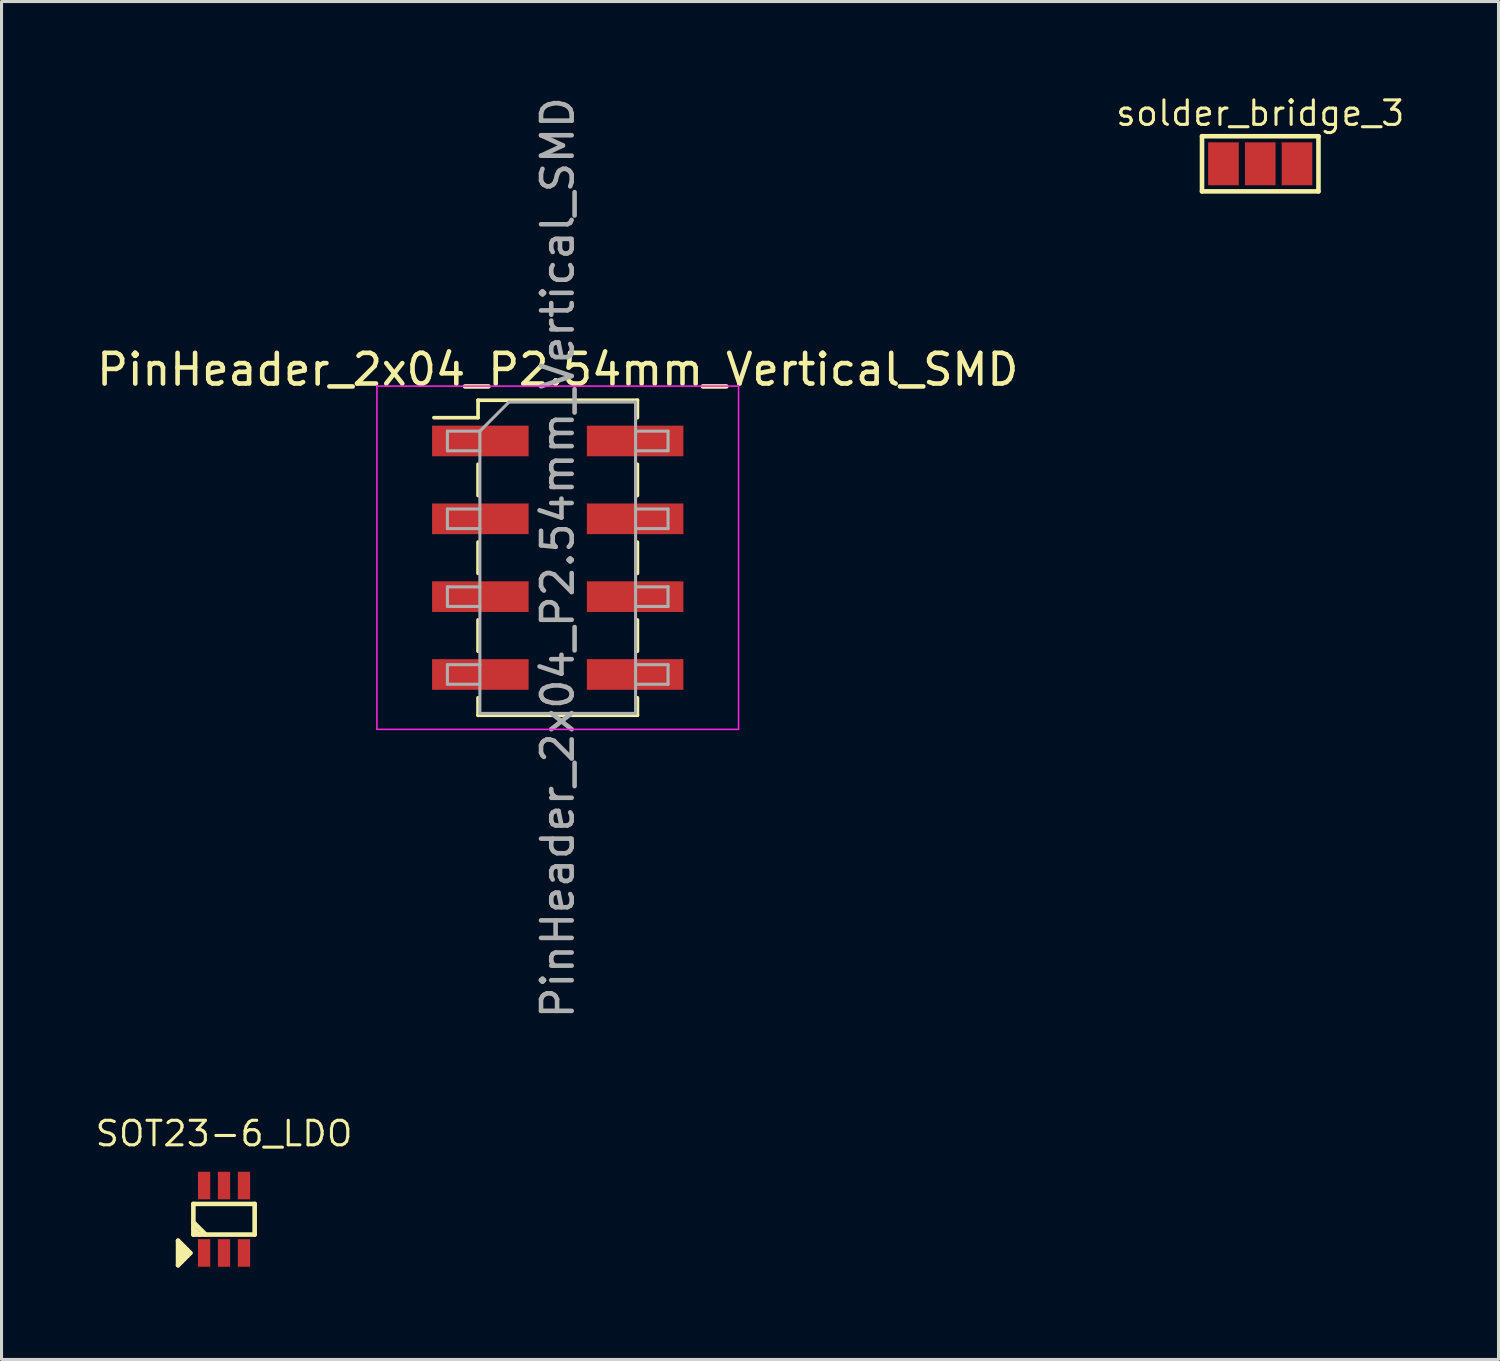
<source format=kicad_pcb>
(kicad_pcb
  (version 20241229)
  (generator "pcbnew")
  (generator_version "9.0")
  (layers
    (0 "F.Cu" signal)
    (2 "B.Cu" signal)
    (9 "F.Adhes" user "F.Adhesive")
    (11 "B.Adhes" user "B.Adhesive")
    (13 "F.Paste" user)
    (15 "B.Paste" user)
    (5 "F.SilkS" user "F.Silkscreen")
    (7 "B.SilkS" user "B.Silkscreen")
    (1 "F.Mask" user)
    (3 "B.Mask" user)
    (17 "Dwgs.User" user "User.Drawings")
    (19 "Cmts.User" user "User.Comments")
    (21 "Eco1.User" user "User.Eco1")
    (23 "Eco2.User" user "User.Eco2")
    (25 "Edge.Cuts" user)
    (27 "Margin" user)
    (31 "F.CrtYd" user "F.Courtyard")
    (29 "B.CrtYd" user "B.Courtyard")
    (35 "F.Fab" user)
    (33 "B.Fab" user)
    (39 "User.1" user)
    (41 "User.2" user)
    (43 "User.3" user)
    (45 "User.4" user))
  (footprint "SOT23-6_LDO"
    (layer "F.Cu")
    (at 4.26 36.735)
    (property "Reference" "SOT23-6_LDO" (at 0 -2.794 0) (layer "F.SilkS") (effects (font (size 0.8 0.8) (thickness 0.1))))
    (attr smd)
    (fp_line (start -1.5 0.7) (end -1.1 1.1) (stroke (width 0.15) (type solid)) (layer "F.SilkS"))
    (fp_line (start -1.5 1.5) (end -1.5 0.7) (stroke (width 0.15) (type solid)) (layer "F.SilkS"))
    (fp_line (start -1.4 0.8) (end -1.4 1.4) (stroke (width 0.15) (type solid)) (layer "F.SilkS"))
    (fp_line (start -1.3 0.9) (end -1.3 1.3) (stroke (width 0.15) (type solid)) (layer "F.SilkS"))
    (fp_line (start -1.2 1) (end -1.2 1.2) (stroke (width 0.15) (type solid)) (layer "F.SilkS"))
    (fp_line (start -1.1 1.1) (end -1.5 1.5) (stroke (width 0.15) (type solid)) (layer "F.SilkS"))
    (fp_line (start -1 -0.5) (end -1 0.5) (stroke (width 0.15) (type solid)) (layer "F.SilkS"))
    (fp_line (start -1 0.3) (end -0.8 0.5) (stroke (width 0.15) (type solid)) (layer "F.SilkS"))
    (fp_line (start -1 0.5) (end 1 0.5) (stroke (width 0.15) (type solid)) (layer "F.SilkS"))
    (fp_line (start -0.6 0.5) (end -1 0.1) (stroke (width 0.15) (type solid)) (layer "F.SilkS"))
    (fp_line (start 1 -0.5) (end -1 -0.5) (stroke (width 0.15) (type solid)) (layer "F.SilkS"))
    (fp_line (start 1 0.5) (end 1 -0.5) (stroke (width 0.15) (type solid)) (layer "F.SilkS"))
    (pad "1" smd rect (at -0.65 1.1) (size 0.4 0.9) (layers "F.Cu" "F.Mask" "F.Paste"))
    (pad "2" smd rect (at 0 1.1) (size 0.4 0.9) (layers "F.Cu" "F.Mask" "F.Paste"))
    (pad "3" smd rect (at 0.65 1.1) (size 0.4 0.9) (layers "F.Cu" "F.Mask" "F.Paste"))
    (pad "4" smd rect (at 0.65 -1.1) (size 0.4 0.9) (layers "F.Cu" "F.Mask" "F.Paste"))
    (pad "5" smd rect (at 0 -1.1) (size 0.4 0.9) (layers "F.Cu" "F.Mask" "F.Paste"))
    (pad "6" smd rect (at -0.65 -1.1) (size 0.4 0.9) (layers "F.Cu" "F.Mask" "F.Paste")))
  (footprint "solder_bridge_3"
    (layer "F.Cu")
    (at 38.072 2.295)
    (property "Reference" "solder_bridge_3" (at 0 -1.651 0) (layer "F.SilkS") (effects (font (size 0.8 0.8) (thickness 0.1))))
    (attr smd)
    (fp_line (start -1.9 -0.9) (end 1.9 -0.9) (stroke (width 0.15) (type solid)) (layer "F.SilkS"))
    (fp_line (start -1.9 0.9) (end -1.9 -0.9) (stroke (width 0.15) (type solid)) (layer "F.SilkS"))
    (fp_line (start 1.9 -0.9) (end 1.9 0.9) (stroke (width 0.15) (type solid)) (layer "F.SilkS"))
    (fp_line (start 1.9 0.9) (end -1.9 0.9) (stroke (width 0.15) (type solid)) (layer "F.SilkS"))
    (pad "1" smd rect (at 1.2 0) (size 1 1.4) (layers "F.Cu" "F.Mask" "F.Paste"))
    (pad "2" smd rect (at 0 0) (size 1 1.4) (layers "F.Cu" "F.Mask" "F.Paste"))
    (pad "3" smd rect (at -1.2 0) (size 1 1.4) (layers "F.Cu" "F.Mask" "F.Paste")))
  (footprint "PinHeader_2x04_P2.54mm_Vertical_SMD"
    (layer "F.Cu")
    (at 15.149 15.149)
    (property "Reference" "PinHeader_2x04_P2.54mm_Vertical_SMD" (at 0 -6.14 0) (layer "F.SilkS") (effects (font (size 1 1) (thickness 0.15))))
    (attr smd)
    (fp_line (start -4.04 -4.57) (end -2.6 -4.57) (stroke (width 0.12) (type solid)) (layer "F.SilkS"))
    (fp_line (start -2.6 -5.14) (end -2.6 -4.57) (stroke (width 0.12) (type solid)) (layer "F.SilkS"))
    (fp_line (start -2.6 -5.14) (end 2.6 -5.14) (stroke (width 0.12) (type solid)) (layer "F.SilkS"))
    (fp_line (start -2.6 -3.05) (end -2.6 -2.03) (stroke (width 0.12) (type solid)) (layer "F.SilkS"))
    (fp_line (start -2.6 -0.51) (end -2.6 0.51) (stroke (width 0.12) (type solid)) (layer "F.SilkS"))
    (fp_line (start -2.6 2.03) (end -2.6 3.05) (stroke (width 0.12) (type solid)) (layer "F.SilkS"))
    (fp_line (start -2.6 4.57) (end -2.6 5.14) (stroke (width 0.12) (type solid)) (layer "F.SilkS"))
    (fp_line (start -2.6 5.14) (end 2.6 5.14) (stroke (width 0.12) (type solid)) (layer "F.SilkS"))
    (fp_line (start 2.6 -5.14) (end 2.6 -4.57) (stroke (width 0.12) (type solid)) (layer "F.SilkS"))
    (fp_line (start 2.6 -3.05) (end 2.6 -2.03) (stroke (width 0.12) (type solid)) (layer "F.SilkS"))
    (fp_line (start 2.6 -0.51) (end 2.6 0.51) (stroke (width 0.12) (type solid)) (layer "F.SilkS"))
    (fp_line (start 2.6 2.03) (end 2.6 3.05) (stroke (width 0.12) (type solid)) (layer "F.SilkS"))
    (fp_line (start 2.6 4.57) (end 2.6 5.14) (stroke (width 0.12) (type solid)) (layer "F.SilkS"))
    (fp_line (start -5.9 -5.6) (end -5.9 5.6) (stroke (width 0.05) (type solid)) (layer "F.CrtYd"))
    (fp_line (start -5.9 5.6) (end 5.9 5.6) (stroke (width 0.05) (type solid)) (layer "F.CrtYd"))
    (fp_line (start 5.9 -5.6) (end -5.9 -5.6) (stroke (width 0.05) (type solid)) (layer "F.CrtYd"))
    (fp_line (start 5.9 5.6) (end 5.9 -5.6) (stroke (width 0.05) (type solid)) (layer "F.CrtYd"))
    (fp_line (start -3.6 -4.13) (end -3.6 -3.49) (stroke (width 0.1) (type solid)) (layer "F.Fab"))
    (fp_line (start -3.6 -3.49) (end -2.54 -3.49) (stroke (width 0.1) (type solid)) (layer "F.Fab"))
    (fp_line (start -3.6 -1.59) (end -3.6 -0.95) (stroke (width 0.1) (type solid)) (layer "F.Fab"))
    (fp_line (start -3.6 -0.95) (end -2.54 -0.95) (stroke (width 0.1) (type solid)) (layer "F.Fab"))
    (fp_line (start -3.6 0.95) (end -3.6 1.59) (stroke (width 0.1) (type solid)) (layer "F.Fab"))
    (fp_line (start -3.6 1.59) (end -2.54 1.59) (stroke (width 0.1) (type solid)) (layer "F.Fab"))
    (fp_line (start -3.6 3.49) (end -3.6 4.13) (stroke (width 0.1) (type solid)) (layer "F.Fab"))
    (fp_line (start -3.6 4.13) (end -2.54 4.13) (stroke (width 0.1) (type solid)) (layer "F.Fab"))
    (fp_line (start -2.54 -4.13) (end -3.6 -4.13) (stroke (width 0.1) (type solid)) (layer "F.Fab"))
    (fp_line (start -2.54 -4.13) (end -1.59 -5.08) (stroke (width 0.1) (type solid)) (layer "F.Fab"))
    (fp_line (start -2.54 -1.59) (end -3.6 -1.59) (stroke (width 0.1) (type solid)) (layer "F.Fab"))
    (fp_line (start -2.54 0.95) (end -3.6 0.95) (stroke (width 0.1) (type solid)) (layer "F.Fab"))
    (fp_line (start -2.54 3.49) (end -3.6 3.49) (stroke (width 0.1) (type solid)) (layer "F.Fab"))
    (fp_line (start -2.54 5.08) (end -2.54 -4.13) (stroke (width 0.1) (type solid)) (layer "F.Fab"))
    (fp_line (start -1.59 -5.08) (end 2.54 -5.08) (stroke (width 0.1) (type solid)) (layer "F.Fab"))
    (fp_line (start 2.54 -5.08) (end 2.54 5.08) (stroke (width 0.1) (type solid)) (layer "F.Fab"))
    (fp_line (start 2.54 -4.13) (end 3.6 -4.13) (stroke (width 0.1) (type solid)) (layer "F.Fab"))
    (fp_line (start 2.54 -1.59) (end 3.6 -1.59) (stroke (width 0.1) (type solid)) (layer "F.Fab"))
    (fp_line (start 2.54 0.95) (end 3.6 0.95) (stroke (width 0.1) (type solid)) (layer "F.Fab"))
    (fp_line (start 2.54 3.49) (end 3.6 3.49) (stroke (width 0.1) (type solid)) (layer "F.Fab"))
    (fp_line (start 2.54 5.08) (end -2.54 5.08) (stroke (width 0.1) (type solid)) (layer "F.Fab"))
    (fp_line (start 3.6 -4.13) (end 3.6 -3.49) (stroke (width 0.1) (type solid)) (layer "F.Fab"))
    (fp_line (start 3.6 -3.49) (end 2.54 -3.49) (stroke (width 0.1) (type solid)) (layer "F.Fab"))
    (fp_line (start 3.6 -1.59) (end 3.6 -0.95) (stroke (width 0.1) (type solid)) (layer "F.Fab"))
    (fp_line (start 3.6 -0.95) (end 2.54 -0.95) (stroke (width 0.1) (type solid)) (layer "F.Fab"))
    (fp_line (start 3.6 0.95) (end 3.6 1.59) (stroke (width 0.1) (type solid)) (layer "F.Fab"))
    (fp_line (start 3.6 1.59) (end 2.54 1.59) (stroke (width 0.1) (type solid)) (layer "F.Fab"))
    (fp_line (start 3.6 3.49) (end 3.6 4.13) (stroke (width 0.1) (type solid)) (layer "F.Fab"))
    (fp_line (start 3.6 4.13) (end 2.54 4.13) (stroke (width 0.1) (type solid)) (layer "F.Fab"))
    (fp_text user "${REFERENCE}" (at 0 0 270) (layer "F.Fab") (effects (font (size 1 1) (thickness 0.15))))
    (pad "1" smd rect (at -2.525 -3.81) (size 3.15 1) (layers "F.Cu" "F.Mask" "F.Paste"))
    (pad "2" smd rect (at 2.525 -3.81) (size 3.15 1) (layers "F.Cu" "F.Mask" "F.Paste"))
    (pad "3" smd rect (at -2.525 -1.27) (size 3.15 1) (layers "F.Cu" "F.Mask" "F.Paste"))
    (pad "4" smd rect (at 2.525 -1.27) (size 3.15 1) (layers "F.Cu" "F.Mask" "F.Paste"))
    (pad "5" smd rect (at -2.525 1.27) (size 3.15 1) (layers "F.Cu" "F.Mask" "F.Paste"))
    (pad "6" smd rect (at 2.525 1.27) (size 3.15 1) (layers "F.Cu" "F.Mask" "F.Paste"))
    (pad "7" smd rect (at -2.525 3.81) (size 3.15 1) (layers "F.Cu" "F.Mask" "F.Paste"))
    (pad "8" smd rect (at 2.525 3.81) (size 3.15 1) (layers "F.Cu" "F.Mask" "F.Paste")))
  (gr_rect
    (start -3 -3)
    (end 45.847 41.31)
    (stroke (width 0.1) (type default))
    (fill no)
    (layer "Edge.Cuts")))
</source>
